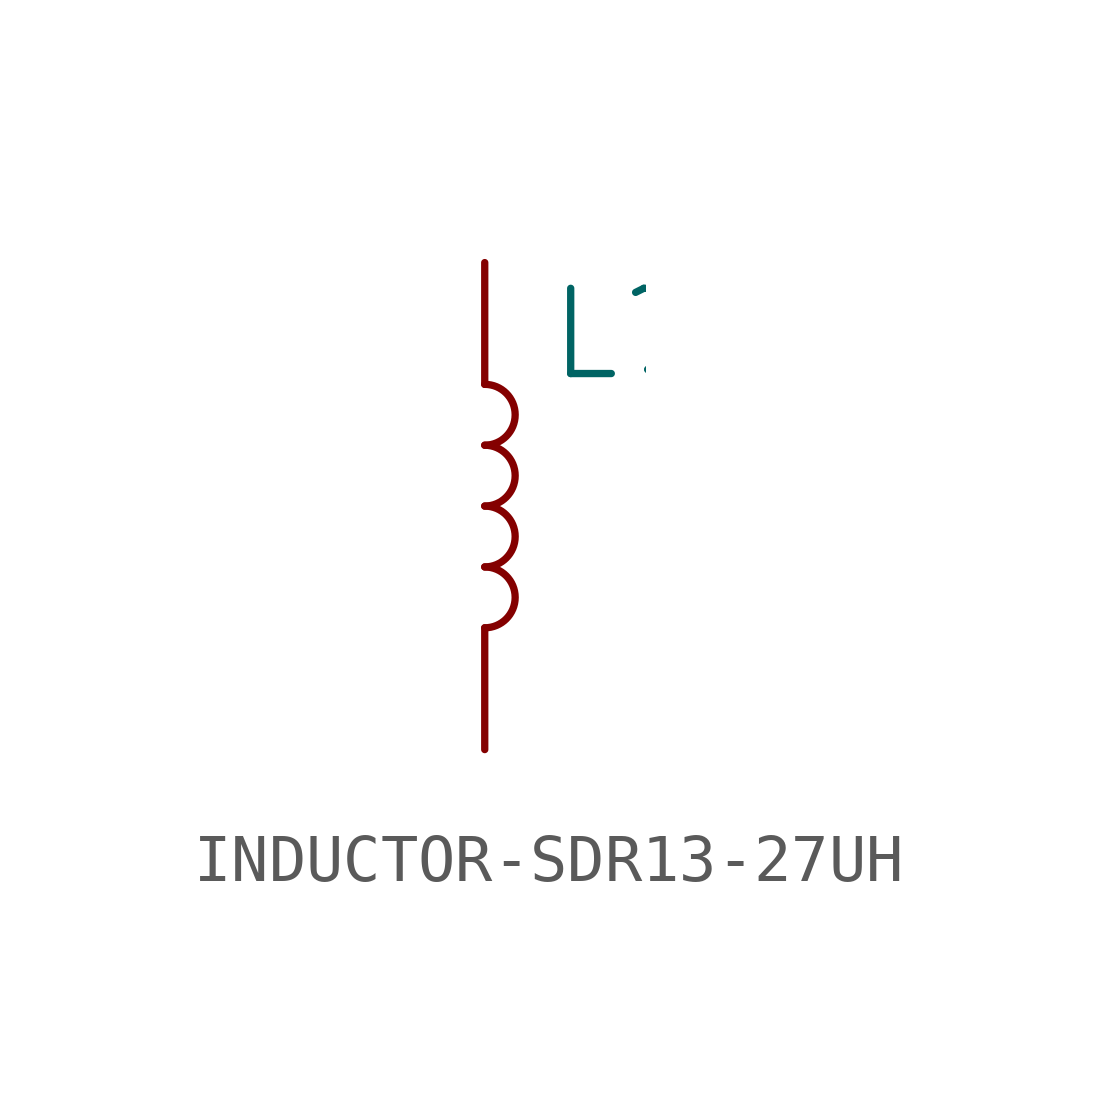
<source format=kicad_sym>
(kicad_symbol_lib
  (version 20220914)
  (generator kicad_symbol_editor)
  (symbol "INDUCTOR-SDR13-27UH"
    (property "Reference" "L"
      (at 1.27 2.54 0)
      (effects (font (size 1.778 1.778)) (justify left bottom)))
    (property "Value" ""
      (at 1.27 -2.54 0)
      (effects (font (size 1.778 1.778)) (justify left top)))
    (property "ki_locked" ""
      (at 0 0 0)
      (effects (font (size 1.27 1.27))))
    (symbol "INDUCTOR-SDR13-27UH_1_0"
      (arc (start 0 -2.54) (mid 0.6323 -1.905) (end 0 -1.27) (stroke (width 0.1524) (type solid)) (fill (type none)))
      (arc (start 0 -1.27) (mid 0.6323 -0.635) (end 0 0) (stroke (width 0.1524) (type solid)) (fill (type none)))
      (arc (start 0 0) (mid 0.6323 0.635) (end 0 1.27) (stroke (width 0.1524) (type solid)) (fill (type none)))
      (arc (start 0 1.27) (mid 0.6323 1.905) (end 0 2.54) (stroke (width 0.1524) (type solid)) (fill (type none)))
      (pin passive line (at 0 5.08 270) (length 2.54) (name "1" (effects (font (size 0 0)))) (number "P$1" (effects (font (size 0 0)))))
      (pin passive line (at 0 -5.08 90) (length 2.54) (name "2" (effects (font (size 0 0)))) (number "P$2" (effects (font (size 0 0))))))))
</source>
